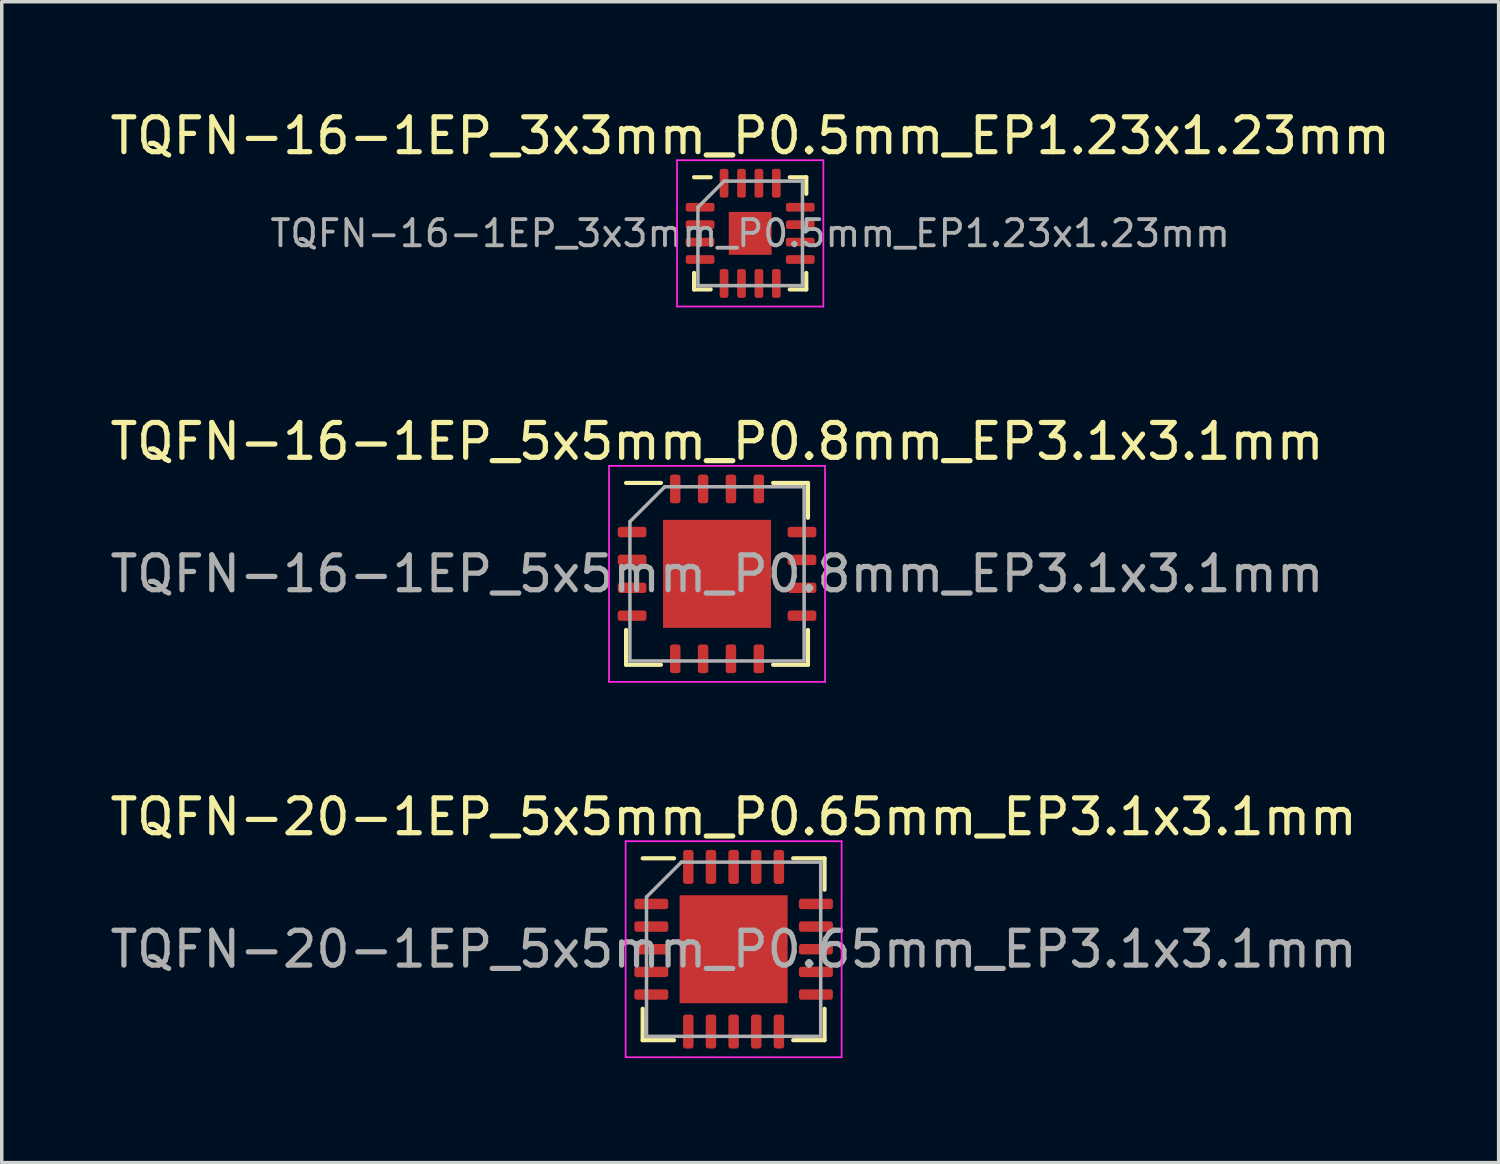
<source format=kicad_pcb>
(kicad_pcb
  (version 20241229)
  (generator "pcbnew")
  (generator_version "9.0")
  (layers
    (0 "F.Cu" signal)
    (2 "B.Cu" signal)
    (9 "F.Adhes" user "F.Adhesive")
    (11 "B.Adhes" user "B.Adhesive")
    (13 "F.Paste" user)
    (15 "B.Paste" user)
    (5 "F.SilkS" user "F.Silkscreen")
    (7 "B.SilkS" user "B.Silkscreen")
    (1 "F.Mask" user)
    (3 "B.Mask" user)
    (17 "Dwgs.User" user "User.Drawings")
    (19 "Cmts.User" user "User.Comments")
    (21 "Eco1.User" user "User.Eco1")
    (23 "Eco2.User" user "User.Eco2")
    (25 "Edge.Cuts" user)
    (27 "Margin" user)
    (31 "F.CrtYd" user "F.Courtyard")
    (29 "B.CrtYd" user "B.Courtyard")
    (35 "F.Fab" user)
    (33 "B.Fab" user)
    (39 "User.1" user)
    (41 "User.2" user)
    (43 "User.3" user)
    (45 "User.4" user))
  (footprint "TQFN-16-1EP_3x3mm_P0.5mm_EP1.23x1.23mm"
    (layer "F.Cu")
    (at 18.482 3.648)
    (property "Reference" "TQFN-16-1EP_3x3mm_P0.5mm_EP1.23x1.23mm" (at 0 -2.8 0) (layer "F.SilkS") (effects (font (size 1 1) (thickness 0.15))))
    (attr smd)
    (fp_line (start -1.61 1.61) (end -1.61 1.135) (stroke (width 0.12) (type solid)) (layer "F.SilkS"))
    (fp_line (start -1.135 -1.61) (end -1.61 -1.61) (stroke (width 0.12) (type solid)) (layer "F.SilkS"))
    (fp_line (start -1.135 1.61) (end -1.61 1.61) (stroke (width 0.12) (type solid)) (layer "F.SilkS"))
    (fp_line (start 1.135 -1.61) (end 1.61 -1.61) (stroke (width 0.12) (type solid)) (layer "F.SilkS"))
    (fp_line (start 1.135 1.61) (end 1.61 1.61) (stroke (width 0.12) (type solid)) (layer "F.SilkS"))
    (fp_line (start 1.61 -1.61) (end 1.61 -1.135) (stroke (width 0.12) (type solid)) (layer "F.SilkS"))
    (fp_line (start 1.61 1.61) (end 1.61 1.135) (stroke (width 0.12) (type solid)) (layer "F.SilkS"))
    (fp_line (start -2.1 -2.1) (end -2.1 2.1) (stroke (width 0.05) (type solid)) (layer "F.CrtYd"))
    (fp_line (start -2.1 2.1) (end 2.1 2.1) (stroke (width 0.05) (type solid)) (layer "F.CrtYd"))
    (fp_line (start 2.1 -2.1) (end -2.1 -2.1) (stroke (width 0.05) (type solid)) (layer "F.CrtYd"))
    (fp_line (start 2.1 2.1) (end 2.1 -2.1) (stroke (width 0.05) (type solid)) (layer "F.CrtYd"))
    (fp_line (start -1.5 -0.75) (end -0.75 -1.5) (stroke (width 0.1) (type solid)) (layer "F.Fab"))
    (fp_line (start -1.5 1.5) (end -1.5 -0.75) (stroke (width 0.1) (type solid)) (layer "F.Fab"))
    (fp_line (start -0.75 -1.5) (end 1.5 -1.5) (stroke (width 0.1) (type solid)) (layer "F.Fab"))
    (fp_line (start 1.5 -1.5) (end 1.5 1.5) (stroke (width 0.1) (type solid)) (layer "F.Fab"))
    (fp_line (start 1.5 1.5) (end -1.5 1.5) (stroke (width 0.1) (type solid)) (layer "F.Fab"))
    (fp_text user "${REFERENCE}" (at 0 0 0) (layer "F.Fab") (effects (font (size 0.75 0.75) (thickness 0.11))))
    (pad "" smd roundrect (at -0.31 -0.31) (size 0.5 0.5) (layers "F.Paste") (roundrect_rratio 0.25))
    (pad "" smd roundrect (at -0.31 0.31) (size 0.5 0.5) (layers "F.Paste") (roundrect_rratio 0.25))
    (pad "" smd roundrect (at 0.31 -0.31) (size 0.5 0.5) (layers "F.Paste") (roundrect_rratio 0.25))
    (pad "" smd roundrect (at 0.31 0.31) (size 0.5 0.5) (layers "F.Paste") (roundrect_rratio 0.25))
    (pad "1" smd roundrect (at -1.438 -0.75) (size 0.825 0.25) (layers "F.Cu" "F.Mask" "F.Paste") (roundrect_rratio 0.25))
    (pad "2" smd roundrect (at -1.438 -0.25) (size 0.825 0.25) (layers "F.Cu" "F.Mask" "F.Paste") (roundrect_rratio 0.25))
    (pad "3" smd roundrect (at -1.438 0.25) (size 0.825 0.25) (layers "F.Cu" "F.Mask" "F.Paste") (roundrect_rratio 0.25))
    (pad "4" smd roundrect (at -1.438 0.75) (size 0.825 0.25) (layers "F.Cu" "F.Mask" "F.Paste") (roundrect_rratio 0.25))
    (pad "5" smd roundrect (at -0.75 1.438) (size 0.25 0.825) (layers "F.Cu" "F.Mask" "F.Paste") (roundrect_rratio 0.25))
    (pad "6" smd roundrect (at -0.25 1.438) (size 0.25 0.825) (layers "F.Cu" "F.Mask" "F.Paste") (roundrect_rratio 0.25))
    (pad "7" smd roundrect (at 0.25 1.438) (size 0.25 0.825) (layers "F.Cu" "F.Mask" "F.Paste") (roundrect_rratio 0.25))
    (pad "8" smd roundrect (at 0.75 1.438) (size 0.25 0.825) (layers "F.Cu" "F.Mask" "F.Paste") (roundrect_rratio 0.25))
    (pad "9" smd roundrect (at 1.438 0.75) (size 0.825 0.25) (layers "F.Cu" "F.Mask" "F.Paste") (roundrect_rratio 0.25))
    (pad "10" smd roundrect (at 1.438 0.25) (size 0.825 0.25) (layers "F.Cu" "F.Mask" "F.Paste") (roundrect_rratio 0.25))
    (pad "11" smd roundrect (at 1.438 -0.25) (size 0.825 0.25) (layers "F.Cu" "F.Mask" "F.Paste") (roundrect_rratio 0.25))
    (pad "12" smd roundrect (at 1.438 -0.75) (size 0.825 0.25) (layers "F.Cu" "F.Mask" "F.Paste") (roundrect_rratio 0.25))
    (pad "13" smd roundrect (at 0.75 -1.438) (size 0.25 0.825) (layers "F.Cu" "F.Mask" "F.Paste") (roundrect_rratio 0.25))
    (pad "14" smd roundrect (at 0.25 -1.438) (size 0.25 0.825) (layers "F.Cu" "F.Mask" "F.Paste") (roundrect_rratio 0.25))
    (pad "15" smd roundrect (at -0.25 -1.438) (size 0.25 0.825) (layers "F.Cu" "F.Mask" "F.Paste") (roundrect_rratio 0.25))
    (pad "16" smd roundrect (at -0.75 -1.438) (size 0.25 0.825) (layers "F.Cu" "F.Mask" "F.Paste") (roundrect_rratio 0.25))
    (pad "17" smd rect (at 0 0) (size 1.23 1.23) (layers "F.Cu" "F.Mask")))
  (footprint "TQFN-16-1EP_5x5mm_P0.8mm_EP3.1x3.1mm"
    (layer "F.Cu")
    (at 17.53 13.421)
    (property "Reference" "TQFN-16-1EP_5x5mm_P0.8mm_EP3.1x3.1mm" (at 0 -3.8 0) (layer "F.SilkS") (effects (font (size 1 1) (thickness 0.15))))
    (attr smd)
    (fp_line (start -2.61 2.61) (end -2.61 1.61) (stroke (width 0.12) (type solid)) (layer "F.SilkS"))
    (fp_line (start -1.61 -2.61) (end -2.61 -2.61) (stroke (width 0.12) (type solid)) (layer "F.SilkS"))
    (fp_line (start -1.61 2.61) (end -2.61 2.61) (stroke (width 0.12) (type solid)) (layer "F.SilkS"))
    (fp_line (start 1.61 -2.61) (end 2.61 -2.61) (stroke (width 0.12) (type solid)) (layer "F.SilkS"))
    (fp_line (start 1.61 2.61) (end 2.61 2.61) (stroke (width 0.12) (type solid)) (layer "F.SilkS"))
    (fp_line (start 2.61 -2.61) (end 2.61 -1.61) (stroke (width 0.12) (type solid)) (layer "F.SilkS"))
    (fp_line (start 2.61 2.61) (end 2.61 1.61) (stroke (width 0.12) (type solid)) (layer "F.SilkS"))
    (fp_line (start -3.1 -3.1) (end -3.1 3.1) (stroke (width 0.05) (type solid)) (layer "F.CrtYd"))
    (fp_line (start -3.1 3.1) (end 3.1 3.1) (stroke (width 0.05) (type solid)) (layer "F.CrtYd"))
    (fp_line (start 3.1 -3.1) (end -3.1 -3.1) (stroke (width 0.05) (type solid)) (layer "F.CrtYd"))
    (fp_line (start 3.1 3.1) (end 3.1 -3.1) (stroke (width 0.05) (type solid)) (layer "F.CrtYd"))
    (fp_line (start -2.5 -1.5) (end -1.5 -2.5) (stroke (width 0.1) (type solid)) (layer "F.Fab"))
    (fp_line (start -2.5 2.5) (end -2.5 -1.5) (stroke (width 0.1) (type solid)) (layer "F.Fab"))
    (fp_line (start -1.5 -2.5) (end 2.5 -2.5) (stroke (width 0.1) (type solid)) (layer "F.Fab"))
    (fp_line (start 2.5 -2.5) (end 2.5 2.5) (stroke (width 0.1) (type solid)) (layer "F.Fab"))
    (fp_line (start 2.5 2.5) (end -2.5 2.5) (stroke (width 0.1) (type solid)) (layer "F.Fab"))
    (fp_text user "${REFERENCE}" (at 0 0 0) (layer "F.Fab") (effects (font (size 1 1) (thickness 0.15))))
    (pad "" smd roundrect (at -0.775 -0.775) (size 1.25 1.25) (layers "F.Paste") (roundrect_rratio 0.2))
    (pad "" smd roundrect (at -0.775 0.775) (size 1.25 1.25) (layers "F.Paste") (roundrect_rratio 0.2))
    (pad "" smd roundrect (at 0.775 -0.775) (size 1.25 1.25) (layers "F.Paste") (roundrect_rratio 0.2))
    (pad "" smd roundrect (at 0.775 0.775) (size 1.25 1.25) (layers "F.Paste") (roundrect_rratio 0.2))
    (pad "1" smd roundrect (at -2.438 -1.2) (size 0.825 0.3) (layers "F.Cu" "F.Mask" "F.Paste") (roundrect_rratio 0.25))
    (pad "2" smd roundrect (at -2.438 -0.4) (size 0.825 0.3) (layers "F.Cu" "F.Mask" "F.Paste") (roundrect_rratio 0.25))
    (pad "3" smd roundrect (at -2.438 0.4) (size 0.825 0.3) (layers "F.Cu" "F.Mask" "F.Paste") (roundrect_rratio 0.25))
    (pad "4" smd roundrect (at -2.438 1.2) (size 0.825 0.3) (layers "F.Cu" "F.Mask" "F.Paste") (roundrect_rratio 0.25))
    (pad "5" smd roundrect (at -1.2 2.438) (size 0.3 0.825) (layers "F.Cu" "F.Mask" "F.Paste") (roundrect_rratio 0.25))
    (pad "6" smd roundrect (at -0.4 2.438) (size 0.3 0.825) (layers "F.Cu" "F.Mask" "F.Paste") (roundrect_rratio 0.25))
    (pad "7" smd roundrect (at 0.4 2.438) (size 0.3 0.825) (layers "F.Cu" "F.Mask" "F.Paste") (roundrect_rratio 0.25))
    (pad "8" smd roundrect (at 1.2 2.438) (size 0.3 0.825) (layers "F.Cu" "F.Mask" "F.Paste") (roundrect_rratio 0.25))
    (pad "9" smd roundrect (at 2.438 1.2) (size 0.825 0.3) (layers "F.Cu" "F.Mask" "F.Paste") (roundrect_rratio 0.25))
    (pad "10" smd roundrect (at 2.438 0.4) (size 0.825 0.3) (layers "F.Cu" "F.Mask" "F.Paste") (roundrect_rratio 0.25))
    (pad "11" smd roundrect (at 2.438 -0.4) (size 0.825 0.3) (layers "F.Cu" "F.Mask" "F.Paste") (roundrect_rratio 0.25))
    (pad "12" smd roundrect (at 2.438 -1.2) (size 0.825 0.3) (layers "F.Cu" "F.Mask" "F.Paste") (roundrect_rratio 0.25))
    (pad "13" smd roundrect (at 1.2 -2.438) (size 0.3 0.825) (layers "F.Cu" "F.Mask" "F.Paste") (roundrect_rratio 0.25))
    (pad "14" smd roundrect (at 0.4 -2.438) (size 0.3 0.825) (layers "F.Cu" "F.Mask" "F.Paste") (roundrect_rratio 0.25))
    (pad "15" smd roundrect (at -0.4 -2.438) (size 0.3 0.825) (layers "F.Cu" "F.Mask" "F.Paste") (roundrect_rratio 0.25))
    (pad "16" smd roundrect (at -1.2 -2.438) (size 0.3 0.825) (layers "F.Cu" "F.Mask" "F.Paste") (roundrect_rratio 0.25))
    (pad "17" smd rect (at 0 0) (size 3.1 3.1) (layers "F.Cu" "F.Mask")))
  (footprint "TQFN-20-1EP_5x5mm_P0.65mm_EP3.1x3.1mm"
    (layer "F.Cu")
    (at 18.006 24.195)
    (property "Reference" "TQFN-20-1EP_5x5mm_P0.65mm_EP3.1x3.1mm" (at 0 -3.8 0) (layer "F.SilkS") (effects (font (size 1 1) (thickness 0.15))))
    (attr smd)
    (fp_line (start -2.61 2.61) (end -2.61 1.71) (stroke (width 0.12) (type solid)) (layer "F.SilkS"))
    (fp_line (start -1.71 -2.61) (end -2.61 -2.61) (stroke (width 0.12) (type solid)) (layer "F.SilkS"))
    (fp_line (start -1.71 2.61) (end -2.61 2.61) (stroke (width 0.12) (type solid)) (layer "F.SilkS"))
    (fp_line (start 1.71 -2.61) (end 2.61 -2.61) (stroke (width 0.12) (type solid)) (layer "F.SilkS"))
    (fp_line (start 1.71 2.61) (end 2.61 2.61) (stroke (width 0.12) (type solid)) (layer "F.SilkS"))
    (fp_line (start 2.61 -2.61) (end 2.61 -1.71) (stroke (width 0.12) (type solid)) (layer "F.SilkS"))
    (fp_line (start 2.61 2.61) (end 2.61 1.71) (stroke (width 0.12) (type solid)) (layer "F.SilkS"))
    (fp_line (start -3.1 -3.1) (end -3.1 3.1) (stroke (width 0.05) (type solid)) (layer "F.CrtYd"))
    (fp_line (start -3.1 3.1) (end 3.1 3.1) (stroke (width 0.05) (type solid)) (layer "F.CrtYd"))
    (fp_line (start 3.1 -3.1) (end -3.1 -3.1) (stroke (width 0.05) (type solid)) (layer "F.CrtYd"))
    (fp_line (start 3.1 3.1) (end 3.1 -3.1) (stroke (width 0.05) (type solid)) (layer "F.CrtYd"))
    (fp_line (start -2.5 -1.5) (end -1.5 -2.5) (stroke (width 0.1) (type solid)) (layer "F.Fab"))
    (fp_line (start -2.5 2.5) (end -2.5 -1.5) (stroke (width 0.1) (type solid)) (layer "F.Fab"))
    (fp_line (start -1.5 -2.5) (end 2.5 -2.5) (stroke (width 0.1) (type solid)) (layer "F.Fab"))
    (fp_line (start 2.5 -2.5) (end 2.5 2.5) (stroke (width 0.1) (type solid)) (layer "F.Fab"))
    (fp_line (start 2.5 2.5) (end -2.5 2.5) (stroke (width 0.1) (type solid)) (layer "F.Fab"))
    (fp_text user "${REFERENCE}" (at 0 0 0) (layer "F.Fab") (effects (font (size 1 1) (thickness 0.15))))
    (pad "" smd roundrect (at -0.775 -0.775) (size 1.25 1.25) (layers "F.Paste") (roundrect_rratio 0.2))
    (pad "" smd roundrect (at -0.775 0.775) (size 1.25 1.25) (layers "F.Paste") (roundrect_rratio 0.2))
    (pad "" smd roundrect (at 0.775 -0.775) (size 1.25 1.25) (layers "F.Paste") (roundrect_rratio 0.2))
    (pad "" smd roundrect (at 0.775 0.775) (size 1.25 1.25) (layers "F.Paste") (roundrect_rratio 0.2))
    (pad "1" smd roundrect (at -2.362 -1.3) (size 0.975 0.3) (layers "F.Cu" "F.Mask" "F.Paste") (roundrect_rratio 0.25))
    (pad "2" smd roundrect (at -2.362 -0.65) (size 0.975 0.3) (layers "F.Cu" "F.Mask" "F.Paste") (roundrect_rratio 0.25))
    (pad "3" smd roundrect (at -2.362 0) (size 0.975 0.3) (layers "F.Cu" "F.Mask" "F.Paste") (roundrect_rratio 0.25))
    (pad "4" smd roundrect (at -2.362 0.65) (size 0.975 0.3) (layers "F.Cu" "F.Mask" "F.Paste") (roundrect_rratio 0.25))
    (pad "5" smd roundrect (at -2.362 1.3) (size 0.975 0.3) (layers "F.Cu" "F.Mask" "F.Paste") (roundrect_rratio 0.25))
    (pad "6" smd roundrect (at -1.3 2.362) (size 0.3 0.975) (layers "F.Cu" "F.Mask" "F.Paste") (roundrect_rratio 0.25))
    (pad "7" smd roundrect (at -0.65 2.362) (size 0.3 0.975) (layers "F.Cu" "F.Mask" "F.Paste") (roundrect_rratio 0.25))
    (pad "8" smd roundrect (at 0 2.362) (size 0.3 0.975) (layers "F.Cu" "F.Mask" "F.Paste") (roundrect_rratio 0.25))
    (pad "9" smd roundrect (at 0.65 2.362) (size 0.3 0.975) (layers "F.Cu" "F.Mask" "F.Paste") (roundrect_rratio 0.25))
    (pad "10" smd roundrect (at 1.3 2.362) (size 0.3 0.975) (layers "F.Cu" "F.Mask" "F.Paste") (roundrect_rratio 0.25))
    (pad "11" smd roundrect (at 2.362 1.3) (size 0.975 0.3) (layers "F.Cu" "F.Mask" "F.Paste") (roundrect_rratio 0.25))
    (pad "12" smd roundrect (at 2.362 0.65) (size 0.975 0.3) (layers "F.Cu" "F.Mask" "F.Paste") (roundrect_rratio 0.25))
    (pad "13" smd roundrect (at 2.362 0) (size 0.975 0.3) (layers "F.Cu" "F.Mask" "F.Paste") (roundrect_rratio 0.25))
    (pad "14" smd roundrect (at 2.362 -0.65) (size 0.975 0.3) (layers "F.Cu" "F.Mask" "F.Paste") (roundrect_rratio 0.25))
    (pad "15" smd roundrect (at 2.362 -1.3) (size 0.975 0.3) (layers "F.Cu" "F.Mask" "F.Paste") (roundrect_rratio 0.25))
    (pad "16" smd roundrect (at 1.3 -2.362) (size 0.3 0.975) (layers "F.Cu" "F.Mask" "F.Paste") (roundrect_rratio 0.25))
    (pad "17" smd roundrect (at 0.65 -2.362) (size 0.3 0.975) (layers "F.Cu" "F.Mask" "F.Paste") (roundrect_rratio 0.25))
    (pad "18" smd roundrect (at 0 -2.362) (size 0.3 0.975) (layers "F.Cu" "F.Mask" "F.Paste") (roundrect_rratio 0.25))
    (pad "19" smd roundrect (at -0.65 -2.362) (size 0.3 0.975) (layers "F.Cu" "F.Mask" "F.Paste") (roundrect_rratio 0.25))
    (pad "20" smd roundrect (at -1.3 -2.362) (size 0.3 0.975) (layers "F.Cu" "F.Mask" "F.Paste") (roundrect_rratio 0.25))
    (pad "21" smd rect (at 0 0) (size 3.1 3.1) (layers "F.Cu" "F.Mask")))
  (gr_rect
    (start -3 -3)
    (end 39.964 30.32)
    (stroke (width 0.1) (type default))
    (fill no)
    (layer "Edge.Cuts")))
</source>
